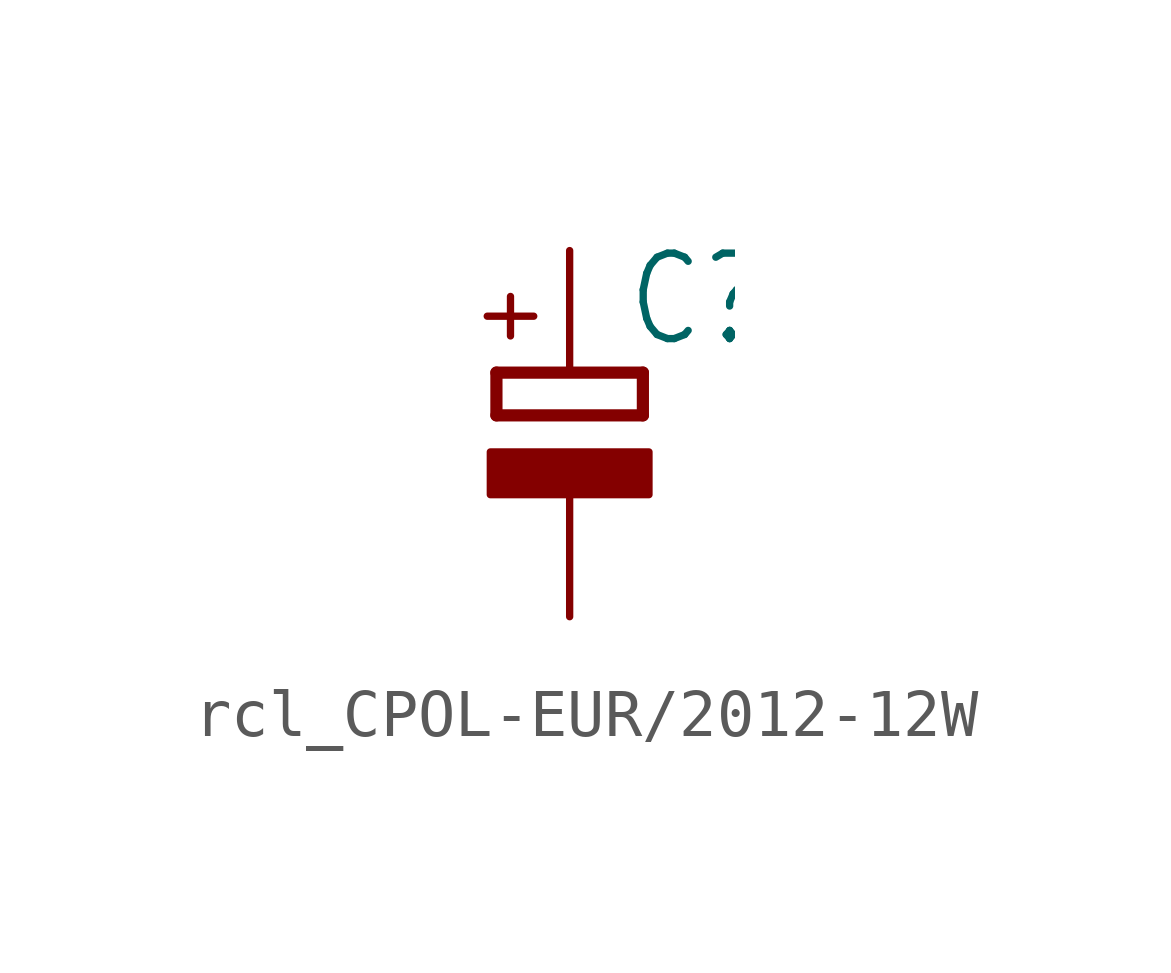
<source format=kicad_sym>
(kicad_symbol_lib
  (version 20231120)
  (generator "kicad_symbol_editor")
  (generator_version "8.0")
  (symbol "rcl_CPOL-EUR/2012-12W"
    (property "Reference" "C"
      (at 1.143 0.483 0)
      (effects (font (size 1.778 1.511)) (justify left bottom)))
    (property "Value" ""
      (at 1.143 -4.597 0)
      (effects (font (size 1.778 1.511)) (justify left bottom)))
    (property "ki_locked" ""
      (at 0 0 0)
      (effects (font (size 1.27 1.27))))
    (symbol "rcl_CPOL-EUR/2012-12W_1_0"
      (rectangle (start -1.651 -2.54) (end 1.651 -1.651) (stroke (width 0) (type default)) (fill (type outline)))
      (polyline (pts (xy -1.524 -0.889) (xy 1.524 -0.889)) (stroke (width 0.254) (type solid)) (fill (type none)))
      (polyline (pts (xy -1.524 0) (xy -1.524 -0.889)) (stroke (width 0.254) (type solid)) (fill (type none)))
      (polyline (pts (xy -1.524 0) (xy 1.524 0)) (stroke (width 0.254) (type solid)) (fill (type none)))
      (polyline (pts (xy 1.524 -0.889) (xy 1.524 0)) (stroke (width 0.254) (type solid)) (fill (type none)))
      (text "+" (at -0.584 0.406 900) (effects (font (size 1.27 1.079)) (justify left bottom)))
      (pin passive line (at 0 2.54 270) (length 2.54) (name "+" (effects (font (size 0 0)))) (number "+" (effects (font (size 0 0)))))
      (pin passive line (at 0 -5.08 90) (length 2.54) (name "-" (effects (font (size 0 0)))) (number "-" (effects (font (size 0 0))))))))
</source>
